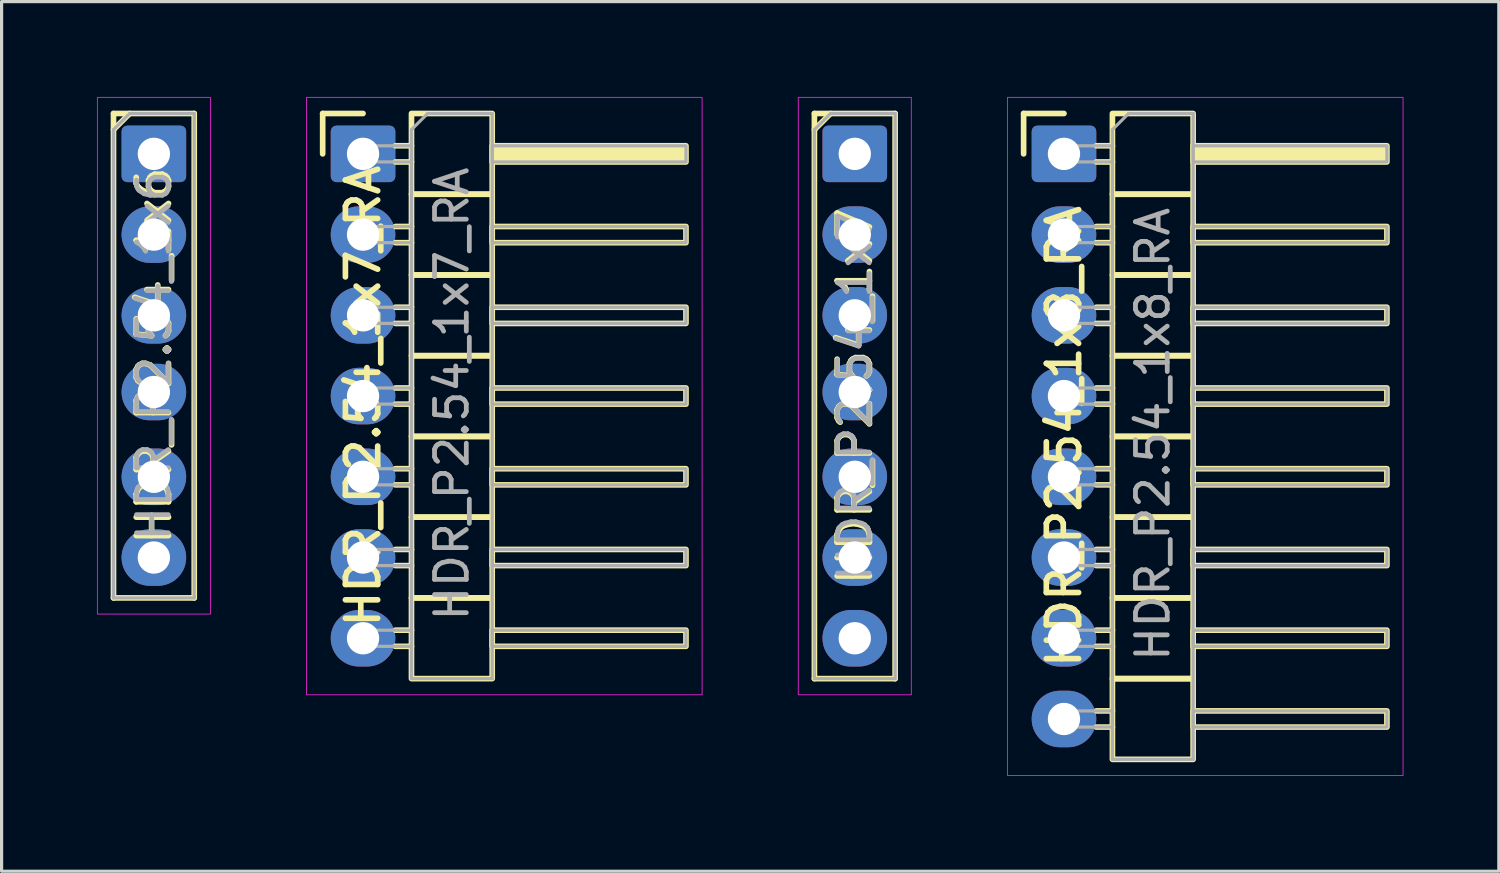
<source format=kicad_pcb>
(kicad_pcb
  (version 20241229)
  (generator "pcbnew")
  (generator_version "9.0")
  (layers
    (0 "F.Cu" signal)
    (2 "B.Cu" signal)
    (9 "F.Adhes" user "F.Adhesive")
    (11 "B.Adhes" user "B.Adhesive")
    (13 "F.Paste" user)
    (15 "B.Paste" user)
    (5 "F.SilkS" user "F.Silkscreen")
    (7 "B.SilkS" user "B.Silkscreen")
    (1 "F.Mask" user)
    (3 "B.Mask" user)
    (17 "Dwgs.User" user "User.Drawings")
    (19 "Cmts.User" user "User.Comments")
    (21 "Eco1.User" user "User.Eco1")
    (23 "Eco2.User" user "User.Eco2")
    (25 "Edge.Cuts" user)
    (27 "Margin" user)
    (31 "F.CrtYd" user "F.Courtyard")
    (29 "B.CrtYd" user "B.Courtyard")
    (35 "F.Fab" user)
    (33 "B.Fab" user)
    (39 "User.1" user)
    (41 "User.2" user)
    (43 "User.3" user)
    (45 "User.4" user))
  (footprint "HDR_P2.54_1x6"
    (layer "F.Cu")
    (at 1.791 8.141)
    (property "Reference" "HDR_P2.54_1x6" (at 0 0 90) (layer "F.SilkS") (effects (font (size 1.016 1.016) (thickness 0.178))))
    (attr through_hole)
    (fp_line (start -1.27 -7.62) (end -1.27 7.62) (stroke (width 0.178) (type solid)) (layer "F.SilkS"))
    (fp_line (start -1.27 -7.62) (end 1.27 -7.62) (stroke (width 0.178) (type solid)) (layer "F.SilkS"))
    (fp_line (start -1.27 -7.112) (end -0.762 -7.62) (stroke (width 0.178) (type solid)) (layer "F.SilkS"))
    (fp_line (start -1.27 7.62) (end 1.27 7.62) (stroke (width 0.178) (type solid)) (layer "F.SilkS"))
    (fp_line (start 1.27 -7.62) (end 1.27 7.62) (stroke (width 0.178) (type solid)) (layer "F.SilkS"))
    (fp_rect (start -1.778 -8.128) (end 1.778 8.128) (stroke (width 0.025) (type solid)) (fill no) (layer "F.CrtYd"))
    (fp_line (start -1.27 -7.112) (end -0.762 -7.62) (stroke (width 0.1) (type solid)) (layer "F.Fab"))
    (fp_line (start -1.27 7.62) (end -1.27 -7.112) (stroke (width 0.1) (type solid)) (layer "F.Fab"))
    (fp_line (start -0.762 -7.62) (end 1.27 -7.62) (stroke (width 0.1) (type solid)) (layer "F.Fab"))
    (fp_line (start 1.27 -7.62) (end 1.27 7.62) (stroke (width 0.1) (type solid)) (layer "F.Fab"))
    (fp_line (start 1.27 7.62) (end -1.27 7.62) (stroke (width 0.1) (type solid)) (layer "F.Fab"))
    (fp_text user "${REFERENCE}" (at 0 0 90) (layer "F.Fab") (effects (font (size 1 1) (thickness 0.15))))
    (pad "1" thru_hole roundrect (at 0 -6.35) (size 2.032 1.778) (drill 1.016) (layers "*.Cu" "*.Mask") (roundrect_rratio 0.1))
    (pad "2" thru_hole oval (at 0 -3.81) (size 2.032 1.778) (drill 1.016) (layers "*.Cu" "*.Mask"))
    (pad "3" thru_hole oval (at 0 -1.27) (size 2.032 1.778) (drill 1.016) (layers "*.Cu" "*.Mask"))
    (pad "4" thru_hole oval (at 0 1.143) (size 2.032 1.778) (drill 1.016) (layers "*.Cu" "*.Mask"))
    (pad "5" thru_hole oval (at 0 3.81) (size 2.032 1.778) (drill 1.016) (layers "*.Cu" "*.Mask"))
    (pad "6" thru_hole oval (at 0 6.35) (size 2.032 1.778) (drill 1.016) (layers "*.Cu" "*.Mask")))
  (footprint "HDR_P2.54_1x7_RA"
    (layer "F.Cu")
    (at 8.372 9.411)
    (property "Reference" "HDR_P2.54_1x7_RA" (at 0 0 90) (layer "F.SilkS") (effects (font (size 1.016 1.016) (thickness 0.178))))
    (attr through_hole)
    (fp_line (start -1.27 -8.89) (end 0 -8.89) (stroke (width 0.178) (type solid)) (layer "F.SilkS"))
    (fp_line (start -1.27 -7.62) (end -1.27 -8.89) (stroke (width 0.178) (type solid)) (layer "F.SilkS"))
    (fp_line (start 1.016 -7.874) (end 1.524 -7.874) (stroke (width 0.178) (type solid)) (layer "F.SilkS"))
    (fp_line (start 1.016 -7.366) (end 1.524 -7.366) (stroke (width 0.178) (type solid)) (layer "F.SilkS"))
    (fp_line (start 1.016 -5.334) (end 1.524 -5.334) (stroke (width 0.178) (type solid)) (layer "F.SilkS"))
    (fp_line (start 1.016 -4.826) (end 1.524 -4.826) (stroke (width 0.178) (type solid)) (layer "F.SilkS"))
    (fp_line (start 1.016 -2.794) (end 1.524 -2.794) (stroke (width 0.178) (type solid)) (layer "F.SilkS"))
    (fp_line (start 1.016 -2.286) (end 1.524 -2.286) (stroke (width 0.178) (type solid)) (layer "F.SilkS"))
    (fp_line (start 1.016 -0.254) (end 1.524 -0.254) (stroke (width 0.178) (type solid)) (layer "F.SilkS"))
    (fp_line (start 1.016 0.254) (end 1.524 0.254) (stroke (width 0.178) (type solid)) (layer "F.SilkS"))
    (fp_line (start 1.016 2.286) (end 1.524 2.286) (stroke (width 0.178) (type solid)) (layer "F.SilkS"))
    (fp_line (start 1.016 2.794) (end 1.524 2.794) (stroke (width 0.178) (type solid)) (layer "F.SilkS"))
    (fp_line (start 1.016 4.826) (end 1.524 4.826) (stroke (width 0.178) (type solid)) (layer "F.SilkS"))
    (fp_line (start 1.016 5.334) (end 1.524 5.334) (stroke (width 0.178) (type solid)) (layer "F.SilkS"))
    (fp_line (start 1.016 7.366) (end 1.524 7.366) (stroke (width 0.178) (type solid)) (layer "F.SilkS"))
    (fp_line (start 1.016 7.874) (end 1.524 7.874) (stroke (width 0.178) (type solid)) (layer "F.SilkS"))
    (fp_rect (start 1.524 -6.35) (end 4.064 -8.89) (stroke (width 0.178) (type solid)) (fill no) (layer "F.SilkS"))
    (fp_rect (start 1.524 -3.81) (end 4.064 -6.35) (stroke (width 0.178) (type solid)) (fill no) (layer "F.SilkS"))
    (fp_rect (start 1.524 -1.27) (end 4.064 -3.81) (stroke (width 0.178) (type solid)) (fill no) (layer "F.SilkS"))
    (fp_rect (start 1.524 1.27) (end 4.064 -1.27) (stroke (width 0.178) (type solid)) (fill no) (layer "F.SilkS"))
    (fp_rect (start 1.524 3.81) (end 4.064 1.27) (stroke (width 0.178) (type solid)) (fill no) (layer "F.SilkS"))
    (fp_rect (start 1.524 6.35) (end 4.064 3.81) (stroke (width 0.178) (type solid)) (fill no) (layer "F.SilkS"))
    (fp_rect (start 1.524 8.89) (end 4.064 6.35) (stroke (width 0.178) (type solid)) (fill no) (layer "F.SilkS"))
    (fp_rect (start 4.064 -7.874) (end 10.16 -7.366) (stroke (width 0.178) (type solid)) (fill yes) (layer "F.SilkS"))
    (fp_rect (start 4.064 -5.334) (end 10.16 -4.826) (stroke (width 0.178) (type solid)) (fill no) (layer "F.SilkS"))
    (fp_rect (start 4.064 -2.794) (end 10.16 -2.286) (stroke (width 0.178) (type solid)) (fill no) (layer "F.SilkS"))
    (fp_rect (start 4.064 -0.254) (end 10.16 0.254) (stroke (width 0.178) (type solid)) (fill no) (layer "F.SilkS"))
    (fp_rect (start 4.064 2.286) (end 10.16 2.794) (stroke (width 0.178) (type solid)) (fill no) (layer "F.SilkS"))
    (fp_rect (start 4.064 4.826) (end 10.16 5.334) (stroke (width 0.178) (type solid)) (fill no) (layer "F.SilkS"))
    (fp_rect (start 4.064 7.366) (end 10.16 7.874) (stroke (width 0.178) (type solid)) (fill no) (layer "F.SilkS"))
    (fp_rect (start -1.778 -9.398) (end 10.668 9.398) (stroke (width 0.025) (type solid)) (fill no) (layer "F.CrtYd"))
    (fp_line (start 1.524 -8.382) (end 2.032 -8.89) (stroke (width 0.1) (type solid)) (layer "F.Fab"))
    (fp_line (start 1.524 8.89) (end 1.524 -8.382) (stroke (width 0.1) (type solid)) (layer "F.Fab"))
    (fp_line (start 2.032 -8.89) (end 4.064 -8.89) (stroke (width 0.1) (type solid)) (layer "F.Fab"))
    (fp_line (start 4.064 -8.89) (end 4.064 8.89) (stroke (width 0.1) (type solid)) (layer "F.Fab"))
    (fp_line (start 4.064 8.89) (end 1.524 8.89) (stroke (width 0.1) (type solid)) (layer "F.Fab"))
    (fp_rect (start -0.254 -7.874) (end 1.524 -7.366) (stroke (width 0.1) (type solid)) (fill no) (layer "F.Fab"))
    (fp_rect (start -0.254 -5.334) (end 1.524 -4.826) (stroke (width 0.1) (type solid)) (fill no) (layer "F.Fab"))
    (fp_rect (start -0.254 -2.794) (end 1.524 -2.286) (stroke (width 0.1) (type solid)) (fill no) (layer "F.Fab"))
    (fp_rect (start -0.254 0.254) (end 1.524 -0.254) (stroke (width 0.1) (type solid)) (fill no) (layer "F.Fab"))
    (fp_rect (start -0.254 2.286) (end 1.524 2.794) (stroke (width 0.1) (type solid)) (fill no) (layer "F.Fab"))
    (fp_rect (start -0.254 4.826) (end 1.524 5.334) (stroke (width 0.1) (type solid)) (fill no) (layer "F.Fab"))
    (fp_rect (start -0.254 7.366) (end 1.524 7.874) (stroke (width 0.1) (type solid)) (fill no) (layer "F.Fab"))
    (fp_rect (start 4.064 -7.874) (end 10.16 -7.366) (stroke (width 0.1) (type solid)) (fill no) (layer "F.Fab"))
    (fp_rect (start 4.064 -5.334) (end 10.16 -4.826) (stroke (width 0.1) (type solid)) (fill no) (layer "F.Fab"))
    (fp_rect (start 4.064 -2.794) (end 10.16 -2.286) (stroke (width 0.1) (type solid)) (fill no) (layer "F.Fab"))
    (fp_rect (start 4.064 -0.254) (end 10.16 0.254) (stroke (width 0.1) (type solid)) (fill no) (layer "F.Fab"))
    (fp_rect (start 4.064 2.286) (end 10.16 2.794) (stroke (width 0.1) (type solid)) (fill no) (layer "F.Fab"))
    (fp_rect (start 4.064 5.334) (end 10.16 4.826) (stroke (width 0.1) (type solid)) (fill no) (layer "F.Fab"))
    (fp_rect (start 4.064 7.874) (end 10.16 7.366) (stroke (width 0.1) (type solid)) (fill no) (layer "F.Fab"))
    (fp_text user "${REFERENCE}" (at 2.794 -0.066 90) (layer "F.Fab") (effects (font (size 1 1) (thickness 0.15))))
    (pad "1" thru_hole roundrect (at 0 -7.62) (size 2.032 1.778) (drill 1.016) (layers "*.Cu" "*.Mask") (roundrect_rratio 0.1))
    (pad "2" thru_hole oval (at 0 -5.08) (size 2.032 1.778) (drill 1.016) (layers "*.Cu" "*.Mask"))
    (pad "3" thru_hole oval (at 0 -2.54) (size 2.032 1.778) (drill 1.016) (layers "*.Cu" "*.Mask"))
    (pad "4" thru_hole oval (at 0 0) (size 2.032 1.778) (drill 1.016) (layers "*.Cu" "*.Mask"))
    (pad "5" thru_hole oval (at 0 2.54) (size 2.032 1.778) (drill 1.016) (layers "*.Cu" "*.Mask"))
    (pad "6" thru_hole oval (at 0 5.08) (size 2.032 1.778) (drill 1.016) (layers "*.Cu" "*.Mask"))
    (pad "7" thru_hole oval (at 0 7.62) (size 2.032 1.778) (drill 1.016) (layers "*.Cu" "*.Mask")))
  (footprint "HDR_P2.54_1x7"
    (layer "F.Cu")
    (at 23.843 9.411)
    (property "Reference" "HDR_P2.54_1x7" (at 0 0 90) (layer "F.SilkS") (effects (font (size 1.016 1.016) (thickness 0.178))))
    (attr through_hole)
    (fp_line (start -1.27 -8.89) (end -1.27 8.89) (stroke (width 0.178) (type solid)) (layer "F.SilkS"))
    (fp_line (start -1.27 -8.89) (end 1.27 -8.89) (stroke (width 0.178) (type solid)) (layer "F.SilkS"))
    (fp_line (start -1.27 -8.382) (end -0.762 -8.89) (stroke (width 0.178) (type solid)) (layer "F.SilkS"))
    (fp_line (start -1.27 8.89) (end 1.27 8.89) (stroke (width 0.178) (type solid)) (layer "F.SilkS"))
    (fp_line (start 1.27 -8.89) (end 1.27 8.89) (stroke (width 0.178) (type solid)) (layer "F.SilkS"))
    (fp_rect (start -1.778 -9.398) (end 1.778 9.398) (stroke (width 0.025) (type solid)) (fill no) (layer "F.CrtYd"))
    (fp_line (start -1.27 -8.382) (end -0.762 -8.89) (stroke (width 0.1) (type solid)) (layer "F.Fab"))
    (fp_line (start -1.27 8.89) (end -1.27 -8.382) (stroke (width 0.1) (type solid)) (layer "F.Fab"))
    (fp_line (start -0.762 -8.89) (end 1.27 -8.89) (stroke (width 0.1) (type solid)) (layer "F.Fab"))
    (fp_line (start 1.27 -8.89) (end 1.27 8.89) (stroke (width 0.1) (type solid)) (layer "F.Fab"))
    (fp_line (start 1.27 8.89) (end -1.27 8.89) (stroke (width 0.1) (type solid)) (layer "F.Fab"))
    (fp_text user "${REFERENCE}" (at 0 0 90) (layer "F.Fab") (effects (font (size 1 1) (thickness 0.15))))
    (pad "1" thru_hole roundrect (at 0 -7.62) (size 2.032 1.778) (drill 1.016) (layers "*.Cu" "*.Mask") (roundrect_rratio 0.1))
    (pad "2" thru_hole oval (at 0 -5.08) (size 2.032 1.778) (drill 1.016) (layers "*.Cu" "*.Mask"))
    (pad "3" thru_hole oval (at 0 -2.54) (size 2.032 1.778) (drill 1.016) (layers "*.Cu" "*.Mask"))
    (pad "4" thru_hole oval (at 0 -0.127) (size 2.032 1.778) (drill 1.016) (layers "*.Cu" "*.Mask"))
    (pad "5" thru_hole oval (at 0 2.54) (size 2.032 1.778) (drill 1.016) (layers "*.Cu" "*.Mask"))
    (pad "6" thru_hole oval (at 0 5.08) (size 2.032 1.778) (drill 1.016) (layers "*.Cu" "*.Mask"))
    (pad "7" thru_hole oval (at 0 7.62) (size 2.032 1.778) (drill 1.016) (layers "*.Cu" "*.Mask")))
  (footprint "HDR_P2.54_1x8_RA"
    (layer "F.Cu")
    (at 30.425 10.681)
    (property "Reference" "HDR_P2.54_1x8_RA" (at 0 0 90) (layer "F.SilkS") (effects (font (size 1.016 1.016) (thickness 0.178))))
    (attr through_hole)
    (fp_line (start -1.27 -10.16) (end 0 -10.16) (stroke (width 0.178) (type solid)) (layer "F.SilkS"))
    (fp_line (start -1.27 -8.89) (end -1.27 -10.16) (stroke (width 0.178) (type solid)) (layer "F.SilkS"))
    (fp_line (start 1.016 -9.144) (end 1.524 -9.144) (stroke (width 0.178) (type solid)) (layer "F.SilkS"))
    (fp_line (start 1.016 -8.636) (end 1.524 -8.636) (stroke (width 0.178) (type solid)) (layer "F.SilkS"))
    (fp_line (start 1.016 -6.604) (end 1.524 -6.604) (stroke (width 0.178) (type solid)) (layer "F.SilkS"))
    (fp_line (start 1.016 -6.096) (end 1.524 -6.096) (stroke (width 0.178) (type solid)) (layer "F.SilkS"))
    (fp_line (start 1.016 -4.064) (end 1.524 -4.064) (stroke (width 0.178) (type solid)) (layer "F.SilkS"))
    (fp_line (start 1.016 -3.556) (end 1.524 -3.556) (stroke (width 0.178) (type solid)) (layer "F.SilkS"))
    (fp_line (start 1.016 -1.524) (end 1.524 -1.524) (stroke (width 0.178) (type solid)) (layer "F.SilkS"))
    (fp_line (start 1.016 -1.016) (end 1.524 -1.016) (stroke (width 0.178) (type solid)) (layer "F.SilkS"))
    (fp_line (start 1.016 1.016) (end 1.524 1.016) (stroke (width 0.178) (type solid)) (layer "F.SilkS"))
    (fp_line (start 1.016 1.524) (end 1.524 1.524) (stroke (width 0.178) (type solid)) (layer "F.SilkS"))
    (fp_line (start 1.016 3.556) (end 1.524 3.556) (stroke (width 0.178) (type solid)) (layer "F.SilkS"))
    (fp_line (start 1.016 4.064) (end 1.524 4.064) (stroke (width 0.178) (type solid)) (layer "F.SilkS"))
    (fp_line (start 1.016 6.096) (end 1.524 6.096) (stroke (width 0.178) (type solid)) (layer "F.SilkS"))
    (fp_line (start 1.016 6.604) (end 1.524 6.604) (stroke (width 0.178) (type solid)) (layer "F.SilkS"))
    (fp_line (start 1.016 8.636) (end 1.524 8.636) (stroke (width 0.178) (type solid)) (layer "F.SilkS"))
    (fp_line (start 1.016 9.144) (end 1.524 9.144) (stroke (width 0.178) (type solid)) (layer "F.SilkS"))
    (fp_rect (start 1.524 -7.62) (end 4.064 -10.16) (stroke (width 0.178) (type solid)) (fill no) (layer "F.SilkS"))
    (fp_rect (start 1.524 -5.08) (end 4.064 -7.62) (stroke (width 0.178) (type solid)) (fill no) (layer "F.SilkS"))
    (fp_rect (start 1.524 -2.54) (end 4.064 -5.08) (stroke (width 0.178) (type solid)) (fill no) (layer "F.SilkS"))
    (fp_rect (start 1.524 0) (end 4.064 -2.54) (stroke (width 0.178) (type solid)) (fill no) (layer "F.SilkS"))
    (fp_rect (start 1.524 2.54) (end 4.064 0) (stroke (width 0.178) (type solid)) (fill no) (layer "F.SilkS"))
    (fp_rect (start 1.524 5.08) (end 4.064 2.54) (stroke (width 0.178) (type solid)) (fill no) (layer "F.SilkS"))
    (fp_rect (start 1.524 7.62) (end 4.064 5.08) (stroke (width 0.178) (type solid)) (fill no) (layer "F.SilkS"))
    (fp_rect (start 1.524 10.16) (end 4.064 7.62) (stroke (width 0.178) (type solid)) (fill no) (layer "F.SilkS"))
    (fp_rect (start 4.064 -9.144) (end 10.16 -8.636) (stroke (width 0.178) (type solid)) (fill yes) (layer "F.SilkS"))
    (fp_rect (start 4.064 -6.604) (end 10.16 -6.096) (stroke (width 0.178) (type solid)) (fill no) (layer "F.SilkS"))
    (fp_rect (start 4.064 -4.064) (end 10.16 -3.556) (stroke (width 0.178) (type solid)) (fill no) (layer "F.SilkS"))
    (fp_rect (start 4.064 -1.524) (end 10.16 -1.016) (stroke (width 0.178) (type solid)) (fill no) (layer "F.SilkS"))
    (fp_rect (start 4.064 1.016) (end 10.16 1.524) (stroke (width 0.178) (type solid)) (fill no) (layer "F.SilkS"))
    (fp_rect (start 4.064 3.556) (end 10.16 4.064) (stroke (width 0.178) (type solid)) (fill no) (layer "F.SilkS"))
    (fp_rect (start 4.064 6.096) (end 10.16 6.604) (stroke (width 0.178) (type solid)) (fill no) (layer "F.SilkS"))
    (fp_rect (start 4.064 8.636) (end 10.16 9.144) (stroke (width 0.178) (type solid)) (fill no) (layer "F.SilkS"))
    (fp_rect (start -1.778 -10.668) (end 10.668 10.668) (stroke (width 0.025) (type solid)) (fill no) (layer "F.CrtYd"))
    (fp_line (start 1.524 -9.652) (end 2.032 -10.16) (stroke (width 0.1) (type solid)) (layer "F.Fab"))
    (fp_line (start 1.524 10.16) (end 1.524 -9.652) (stroke (width 0.1) (type solid)) (layer "F.Fab"))
    (fp_line (start 2.032 -10.16) (end 4.064 -10.16) (stroke (width 0.1) (type solid)) (layer "F.Fab"))
    (fp_line (start 4.064 -10.16) (end 4.064 10.16) (stroke (width 0.1) (type solid)) (layer "F.Fab"))
    (fp_line (start 4.064 10.16) (end 1.524 10.16) (stroke (width 0.1) (type solid)) (layer "F.Fab"))
    (fp_rect (start -0.254 -9.144) (end 1.524 -8.636) (stroke (width 0.1) (type solid)) (fill no) (layer "F.Fab"))
    (fp_rect (start -0.254 -6.604) (end 1.524 -6.096) (stroke (width 0.1) (type solid)) (fill no) (layer "F.Fab"))
    (fp_rect (start -0.254 -4.064) (end 1.524 -3.556) (stroke (width 0.1) (type solid)) (fill no) (layer "F.Fab"))
    (fp_rect (start -0.254 -1.524) (end 1.524 -1.016) (stroke (width 0.1) (type solid)) (fill no) (layer "F.Fab"))
    (fp_rect (start -0.254 1.524) (end 1.524 1.016) (stroke (width 0.1) (type solid)) (fill no) (layer "F.Fab"))
    (fp_rect (start -0.254 3.556) (end 1.524 4.064) (stroke (width 0.1) (type solid)) (fill no) (layer "F.Fab"))
    (fp_rect (start -0.254 6.604) (end 1.524 6.096) (stroke (width 0.1) (type solid)) (fill no) (layer "F.Fab"))
    (fp_rect (start -0.254 9.144) (end 1.524 8.636) (stroke (width 0.1) (type solid)) (fill no) (layer "F.Fab"))
    (fp_rect (start 4.064 -9.144) (end 10.16 -8.636) (stroke (width 0.1) (type solid)) (fill no) (layer "F.Fab"))
    (fp_rect (start 4.064 -6.604) (end 10.16 -6.096) (stroke (width 0.1) (type solid)) (fill no) (layer "F.Fab"))
    (fp_rect (start 4.064 -4.064) (end 10.16 -3.556) (stroke (width 0.1) (type solid)) (fill no) (layer "F.Fab"))
    (fp_rect (start 4.064 -1.524) (end 10.16 -1.016) (stroke (width 0.1) (type solid)) (fill no) (layer "F.Fab"))
    (fp_rect (start 4.064 1.016) (end 10.16 1.524) (stroke (width 0.1) (type solid)) (fill no) (layer "F.Fab"))
    (fp_rect (start 4.064 3.556) (end 10.16 4.064) (stroke (width 0.1) (type solid)) (fill no) (layer "F.Fab"))
    (fp_rect (start 4.064 6.096) (end 10.16 6.604) (stroke (width 0.1) (type solid)) (fill no) (layer "F.Fab"))
    (fp_rect (start 4.064 8.636) (end 10.16 9.144) (stroke (width 0.1) (type solid)) (fill no) (layer "F.Fab"))
    (fp_text user "${REFERENCE}" (at 2.794 -0.066 90) (layer "F.Fab") (effects (font (size 1 1) (thickness 0.15))))
    (pad "1" thru_hole roundrect (at 0 -8.89) (size 2.032 1.778) (drill 1.016) (layers "*.Cu" "*.Mask") (roundrect_rratio 0.1))
    (pad "2" thru_hole oval (at 0 -6.35) (size 2.032 1.778) (drill 1.016) (layers "*.Cu" "*.Mask"))
    (pad "3" thru_hole oval (at 0 -3.81) (size 2.032 1.778) (drill 1.016) (layers "*.Cu" "*.Mask"))
    (pad "4" thru_hole oval (at 0 -1.27) (size 2.032 1.778) (drill 1.016) (layers "*.Cu" "*.Mask"))
    (pad "5" thru_hole oval (at 0 1.27) (size 2.032 1.778) (drill 1.016) (layers "*.Cu" "*.Mask"))
    (pad "6" thru_hole oval (at 0 3.81) (size 2.032 1.778) (drill 1.016) (layers "*.Cu" "*.Mask"))
    (pad "7" thru_hole oval (at 0 6.35) (size 2.032 1.778) (drill 1.016) (layers "*.Cu" "*.Mask"))
    (pad "8" thru_hole oval (at 0 8.89) (size 2.032 1.778) (drill 1.016) (layers "*.Cu" "*.Mask")))
  (gr_rect
    (start -3 -3)
    (end 44.106 24.361)
    (stroke (width 0.1) (type default))
    (fill no)
    (layer "Edge.Cuts")))
</source>
